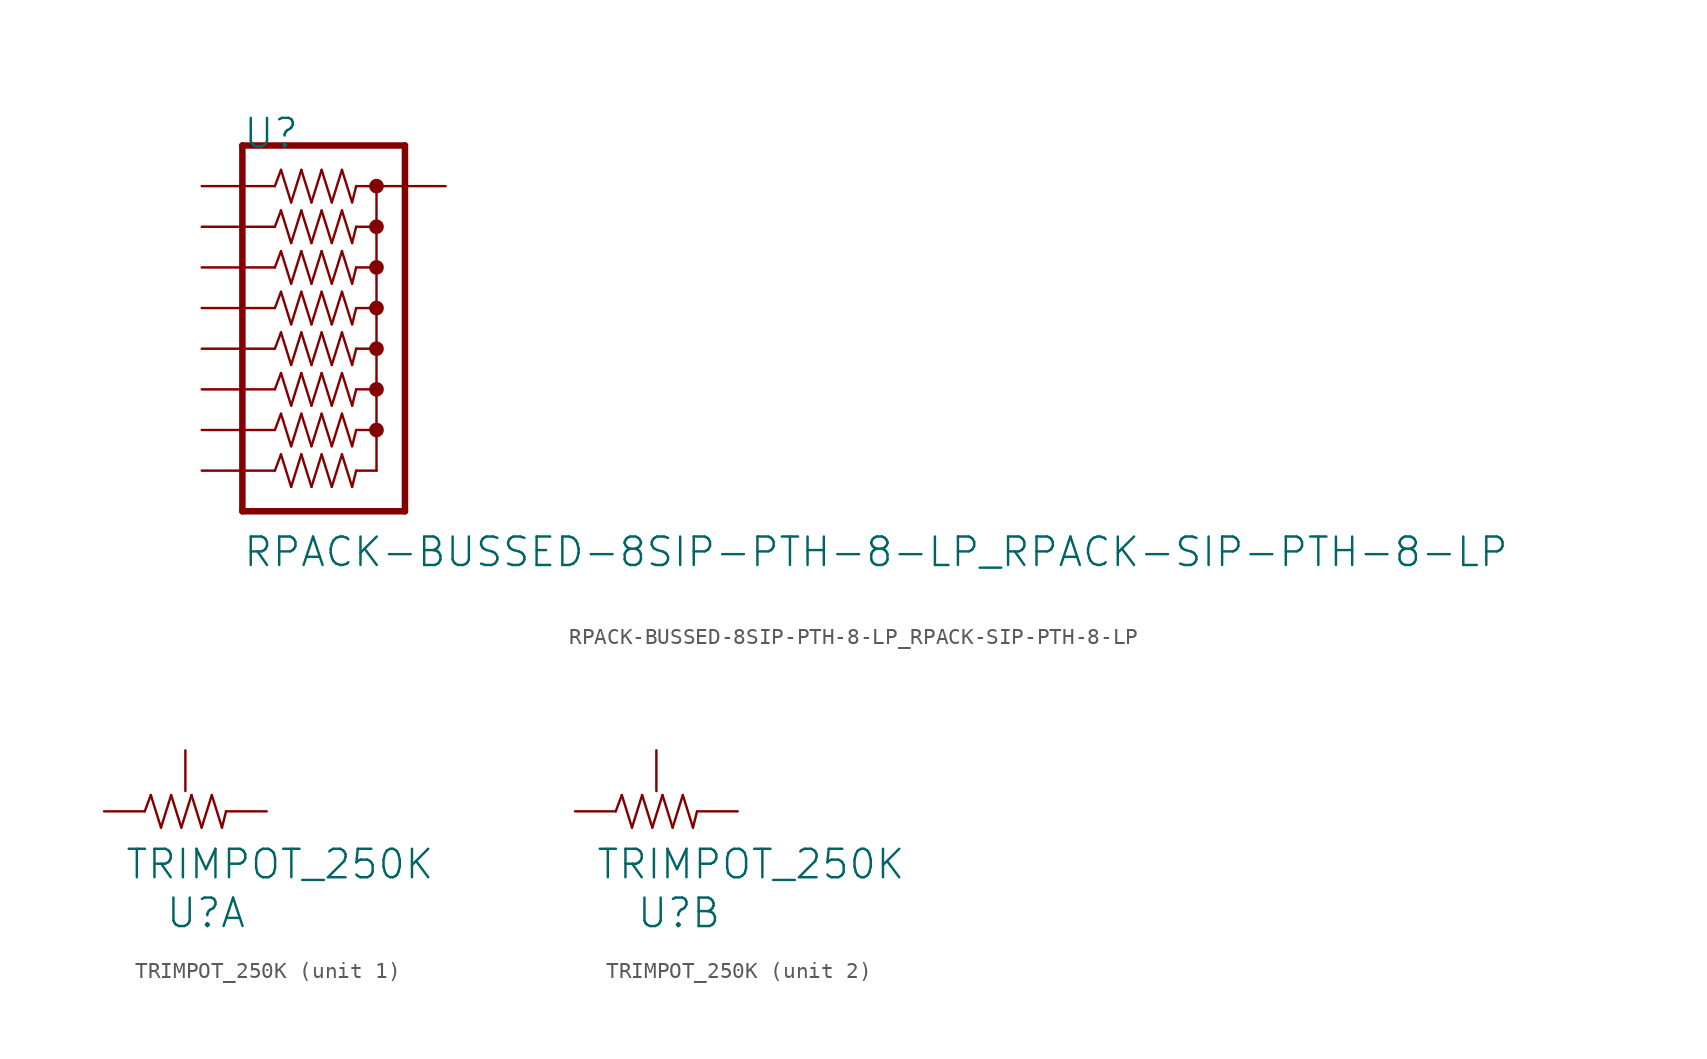
<source format=kicad_sym>
(kicad_symbol_lib
  (version 20211014)
  (generator kicad_symbol_editor)
  (symbol "RPACK-BUSSED-8SIP-PTH-8-LP_RPACK-SIP-PTH-8-LP"
    (pin_names
      (offset 2.54))
    (property "Reference" "U"
      (at 2.54 3.302 0)
      (effects (font (size 1.778 1.778)) (justify left)))
    (property "Value" "RPACK-BUSSED-8SIP-PTH-8-LP_RPACK-SIP-PTH-8-LP"
      (at 2.54 -22.86 0)
      (effects (font (size 1.778 1.778)) (justify left)))
    (property "Footprint" ""
      (at 0 0 0)
      (effects (font (size 1.524 1.524))))
    (property "Datasheet" ""
      (at 0 0 0)
      (effects (font (size 1.524 1.524))))
    (symbol "RPACK-BUSSED-8SIP-PTH-8-LP_RPACK-SIP-PTH-8-LP_0_0"
      (polyline (pts (xy 2.54 -20.32) (xy 2.54 2.54)) (stroke (width 0.406) (type default) (color 0 0 0 0)) (fill (type none)))
      (polyline (pts (xy 2.54 -17.78) (xy 4.572 -17.78)) (stroke (width 0.152) (type default) (color 0 0 0 0)) (fill (type none)))
      (polyline (pts (xy 2.54 -5.08) (xy 4.572 -5.08)) (stroke (width 0.152) (type default) (color 0 0 0 0)) (fill (type none)))
      (polyline (pts (xy 2.54 -2.54) (xy 4.572 -2.54)) (stroke (width 0.152) (type default) (color 0 0 0 0)) (fill (type none)))
      (polyline (pts (xy 2.54 0) (xy 4.572 0)) (stroke (width 0.152) (type default) (color 0 0 0 0)) (fill (type none)))
      (polyline (pts (xy 2.54 2.54) (xy 12.7 2.54)) (stroke (width 0.406) (type default) (color 0 0 0 0)) (fill (type none)))
      (polyline (pts (xy 4.572 -17.78) (xy 4.953 -16.764)) (stroke (width 0.152) (type default) (color 0 0 0 0)) (fill (type none)))
      (polyline (pts (xy 4.572 -15.24) (xy 2.54 -15.24)) (stroke (width 0.152) (type default) (color 0 0 0 0)) (fill (type none)))
      (polyline (pts (xy 4.572 -15.24) (xy 4.953 -14.224)) (stroke (width 0.152) (type default) (color 0 0 0 0)) (fill (type none)))
      (polyline (pts (xy 4.572 -12.7) (xy 2.54 -12.7)) (stroke (width 0.152) (type default) (color 0 0 0 0)) (fill (type none)))
      (polyline (pts (xy 4.572 -12.7) (xy 4.953 -11.684)) (stroke (width 0.152) (type default) (color 0 0 0 0)) (fill (type none)))
      (polyline (pts (xy 4.572 -10.16) (xy 2.54 -10.16)) (stroke (width 0.152) (type default) (color 0 0 0 0)) (fill (type none)))
      (polyline (pts (xy 4.572 -10.16) (xy 4.953 -9.144)) (stroke (width 0.152) (type default) (color 0 0 0 0)) (fill (type none)))
      (polyline (pts (xy 4.572 -7.62) (xy 2.54 -7.62)) (stroke (width 0.152) (type default) (color 0 0 0 0)) (fill (type none)))
      (polyline (pts (xy 4.572 -7.62) (xy 4.953 -6.604)) (stroke (width 0.152) (type default) (color 0 0 0 0)) (fill (type none)))
      (polyline (pts (xy 4.572 -5.08) (xy 4.953 -4.064)) (stroke (width 0.152) (type default) (color 0 0 0 0)) (fill (type none)))
      (polyline (pts (xy 4.572 -2.54) (xy 4.953 -1.524)) (stroke (width 0.152) (type default) (color 0 0 0 0)) (fill (type none)))
      (polyline (pts (xy 4.572 0) (xy 4.953 1.016)) (stroke (width 0.152) (type default) (color 0 0 0 0)) (fill (type none)))
      (polyline (pts (xy 4.953 -16.764) (xy 5.588 -18.796)) (stroke (width 0.152) (type default) (color 0 0 0 0)) (fill (type none)))
      (polyline (pts (xy 4.953 -14.224) (xy 5.588 -16.256)) (stroke (width 0.152) (type default) (color 0 0 0 0)) (fill (type none)))
      (polyline (pts (xy 4.953 -11.684) (xy 5.588 -13.716)) (stroke (width 0.152) (type default) (color 0 0 0 0)) (fill (type none)))
      (polyline (pts (xy 4.953 -9.144) (xy 5.588 -11.176)) (stroke (width 0.152) (type default) (color 0 0 0 0)) (fill (type none)))
      (polyline (pts (xy 4.953 -6.604) (xy 5.588 -8.636)) (stroke (width 0.152) (type default) (color 0 0 0 0)) (fill (type none)))
      (polyline (pts (xy 4.953 -4.064) (xy 5.588 -6.096)) (stroke (width 0.152) (type default) (color 0 0 0 0)) (fill (type none)))
      (polyline (pts (xy 4.953 -1.524) (xy 5.588 -3.556)) (stroke (width 0.152) (type default) (color 0 0 0 0)) (fill (type none)))
      (polyline (pts (xy 4.953 1.016) (xy 5.588 -1.016)) (stroke (width 0.152) (type default) (color 0 0 0 0)) (fill (type none)))
      (polyline (pts (xy 5.588 -18.796) (xy 6.223 -16.764)) (stroke (width 0.152) (type default) (color 0 0 0 0)) (fill (type none)))
      (polyline (pts (xy 5.588 -16.256) (xy 6.223 -14.224)) (stroke (width 0.152) (type default) (color 0 0 0 0)) (fill (type none)))
      (polyline (pts (xy 5.588 -13.716) (xy 6.223 -11.684)) (stroke (width 0.152) (type default) (color 0 0 0 0)) (fill (type none)))
      (polyline (pts (xy 5.588 -11.176) (xy 6.223 -9.144)) (stroke (width 0.152) (type default) (color 0 0 0 0)) (fill (type none)))
      (polyline (pts (xy 5.588 -8.636) (xy 6.223 -6.604)) (stroke (width 0.152) (type default) (color 0 0 0 0)) (fill (type none)))
      (polyline (pts (xy 5.588 -6.096) (xy 6.223 -4.064)) (stroke (width 0.152) (type default) (color 0 0 0 0)) (fill (type none)))
      (polyline (pts (xy 5.588 -3.556) (xy 6.223 -1.524)) (stroke (width 0.152) (type default) (color 0 0 0 0)) (fill (type none)))
      (polyline (pts (xy 5.588 -1.016) (xy 6.223 1.016)) (stroke (width 0.152) (type default) (color 0 0 0 0)) (fill (type none)))
      (polyline (pts (xy 6.223 -16.764) (xy 6.858 -18.796)) (stroke (width 0.152) (type default) (color 0 0 0 0)) (fill (type none)))
      (polyline (pts (xy 6.223 -14.224) (xy 6.858 -16.256)) (stroke (width 0.152) (type default) (color 0 0 0 0)) (fill (type none)))
      (polyline (pts (xy 6.223 -11.684) (xy 6.858 -13.716)) (stroke (width 0.152) (type default) (color 0 0 0 0)) (fill (type none)))
      (polyline (pts (xy 6.223 -9.144) (xy 6.858 -11.176)) (stroke (width 0.152) (type default) (color 0 0 0 0)) (fill (type none)))
      (polyline (pts (xy 6.223 -6.604) (xy 6.858 -8.636)) (stroke (width 0.152) (type default) (color 0 0 0 0)) (fill (type none)))
      (polyline (pts (xy 6.223 -4.064) (xy 6.858 -6.096)) (stroke (width 0.152) (type default) (color 0 0 0 0)) (fill (type none)))
      (polyline (pts (xy 6.223 -1.524) (xy 6.858 -3.556)) (stroke (width 0.152) (type default) (color 0 0 0 0)) (fill (type none)))
      (polyline (pts (xy 6.223 1.016) (xy 6.858 -1.016)) (stroke (width 0.152) (type default) (color 0 0 0 0)) (fill (type none)))
      (polyline (pts (xy 6.858 -18.796) (xy 7.493 -16.764)) (stroke (width 0.152) (type default) (color 0 0 0 0)) (fill (type none)))
      (polyline (pts (xy 6.858 -16.256) (xy 7.493 -14.224)) (stroke (width 0.152) (type default) (color 0 0 0 0)) (fill (type none)))
      (polyline (pts (xy 6.858 -13.716) (xy 7.493 -11.684)) (stroke (width 0.152) (type default) (color 0 0 0 0)) (fill (type none)))
      (polyline (pts (xy 6.858 -11.176) (xy 7.493 -9.144)) (stroke (width 0.152) (type default) (color 0 0 0 0)) (fill (type none)))
      (polyline (pts (xy 6.858 -8.636) (xy 7.493 -6.604)) (stroke (width 0.152) (type default) (color 0 0 0 0)) (fill (type none)))
      (polyline (pts (xy 6.858 -6.096) (xy 7.493 -4.064)) (stroke (width 0.152) (type default) (color 0 0 0 0)) (fill (type none)))
      (polyline (pts (xy 6.858 -3.556) (xy 7.493 -1.524)) (stroke (width 0.152) (type default) (color 0 0 0 0)) (fill (type none)))
      (polyline (pts (xy 6.858 -1.016) (xy 7.493 1.016)) (stroke (width 0.152) (type default) (color 0 0 0 0)) (fill (type none)))
      (polyline (pts (xy 7.493 -16.764) (xy 8.128 -18.796)) (stroke (width 0.152) (type default) (color 0 0 0 0)) (fill (type none)))
      (polyline (pts (xy 7.493 -14.224) (xy 8.128 -16.256)) (stroke (width 0.152) (type default) (color 0 0 0 0)) (fill (type none)))
      (polyline (pts (xy 7.493 -11.684) (xy 8.128 -13.716)) (stroke (width 0.152) (type default) (color 0 0 0 0)) (fill (type none)))
      (polyline (pts (xy 7.493 -9.144) (xy 8.128 -11.176)) (stroke (width 0.152) (type default) (color 0 0 0 0)) (fill (type none)))
      (polyline (pts (xy 7.493 -6.604) (xy 8.128 -8.636)) (stroke (width 0.152) (type default) (color 0 0 0 0)) (fill (type none)))
      (polyline (pts (xy 7.493 -4.064) (xy 8.128 -6.096)) (stroke (width 0.152) (type default) (color 0 0 0 0)) (fill (type none)))
      (polyline (pts (xy 7.493 -1.524) (xy 8.128 -3.556)) (stroke (width 0.152) (type default) (color 0 0 0 0)) (fill (type none)))
      (polyline (pts (xy 7.493 1.016) (xy 8.128 -1.016)) (stroke (width 0.152) (type default) (color 0 0 0 0)) (fill (type none)))
      (polyline (pts (xy 8.128 -18.796) (xy 8.763 -16.764)) (stroke (width 0.152) (type default) (color 0 0 0 0)) (fill (type none)))
      (polyline (pts (xy 8.128 -16.256) (xy 8.763 -14.224)) (stroke (width 0.152) (type default) (color 0 0 0 0)) (fill (type none)))
      (polyline (pts (xy 8.128 -13.716) (xy 8.763 -11.684)) (stroke (width 0.152) (type default) (color 0 0 0 0)) (fill (type none)))
      (polyline (pts (xy 8.128 -11.176) (xy 8.763 -9.144)) (stroke (width 0.152) (type default) (color 0 0 0 0)) (fill (type none)))
      (polyline (pts (xy 8.128 -8.636) (xy 8.763 -6.604)) (stroke (width 0.152) (type default) (color 0 0 0 0)) (fill (type none)))
      (polyline (pts (xy 8.128 -6.096) (xy 8.763 -4.064)) (stroke (width 0.152) (type default) (color 0 0 0 0)) (fill (type none)))
      (polyline (pts (xy 8.128 -3.556) (xy 8.763 -1.524)) (stroke (width 0.152) (type default) (color 0 0 0 0)) (fill (type none)))
      (polyline (pts (xy 8.128 -1.016) (xy 8.763 1.016)) (stroke (width 0.152) (type default) (color 0 0 0 0)) (fill (type none)))
      (polyline (pts (xy 8.763 -16.764) (xy 9.398 -18.796)) (stroke (width 0.152) (type default) (color 0 0 0 0)) (fill (type none)))
      (polyline (pts (xy 8.763 -14.224) (xy 9.398 -16.256)) (stroke (width 0.152) (type default) (color 0 0 0 0)) (fill (type none)))
      (polyline (pts (xy 8.763 -11.684) (xy 9.398 -13.716)) (stroke (width 0.152) (type default) (color 0 0 0 0)) (fill (type none)))
      (polyline (pts (xy 8.763 -9.144) (xy 9.398 -11.176)) (stroke (width 0.152) (type default) (color 0 0 0 0)) (fill (type none)))
      (polyline (pts (xy 8.763 -6.604) (xy 9.398 -8.636)) (stroke (width 0.152) (type default) (color 0 0 0 0)) (fill (type none)))
      (polyline (pts (xy 8.763 -4.064) (xy 9.398 -6.096)) (stroke (width 0.152) (type default) (color 0 0 0 0)) (fill (type none)))
      (polyline (pts (xy 8.763 -1.524) (xy 9.398 -3.556)) (stroke (width 0.152) (type default) (color 0 0 0 0)) (fill (type none)))
      (polyline (pts (xy 8.763 1.016) (xy 9.398 -1.016)) (stroke (width 0.152) (type default) (color 0 0 0 0)) (fill (type none)))
      (polyline (pts (xy 9.398 -18.796) (xy 9.652 -17.78)) (stroke (width 0.152) (type default) (color 0 0 0 0)) (fill (type none)))
      (polyline (pts (xy 9.398 -16.256) (xy 9.652 -15.24)) (stroke (width 0.152) (type default) (color 0 0 0 0)) (fill (type none)))
      (polyline (pts (xy 9.398 -13.716) (xy 9.652 -12.7)) (stroke (width 0.152) (type default) (color 0 0 0 0)) (fill (type none)))
      (polyline (pts (xy 9.398 -11.176) (xy 9.652 -10.16)) (stroke (width 0.152) (type default) (color 0 0 0 0)) (fill (type none)))
      (polyline (pts (xy 9.398 -8.636) (xy 9.652 -7.62)) (stroke (width 0.152) (type default) (color 0 0 0 0)) (fill (type none)))
      (polyline (pts (xy 9.398 -6.096) (xy 9.652 -5.08)) (stroke (width 0.152) (type default) (color 0 0 0 0)) (fill (type none)))
      (polyline (pts (xy 9.398 -3.556) (xy 9.652 -2.54)) (stroke (width 0.152) (type default) (color 0 0 0 0)) (fill (type none)))
      (polyline (pts (xy 9.398 -1.016) (xy 9.652 0)) (stroke (width 0.152) (type default) (color 0 0 0 0)) (fill (type none)))
      (polyline (pts (xy 9.652 -17.78) (xy 10.922 -17.78)) (stroke (width 0.152) (type default) (color 0 0 0 0)) (fill (type none)))
      (polyline (pts (xy 9.652 0) (xy 10.922 0)) (stroke (width 0.152) (type default) (color 0 0 0 0)) (fill (type none)))
      (polyline (pts (xy 10.922 -17.78) (xy 10.922 -15.24)) (stroke (width 0.152) (type default) (color 0 0 0 0)) (fill (type none)))
      (polyline (pts (xy 10.922 -15.24) (xy 9.652 -15.24)) (stroke (width 0.152) (type default) (color 0 0 0 0)) (fill (type none)))
      (polyline (pts (xy 10.922 -15.24) (xy 10.922 -12.7)) (stroke (width 0.152) (type default) (color 0 0 0 0)) (fill (type none)))
      (polyline (pts (xy 10.922 -12.7) (xy 9.652 -12.7)) (stroke (width 0.152) (type default) (color 0 0 0 0)) (fill (type none)))
      (polyline (pts (xy 10.922 -12.7) (xy 10.922 -10.16)) (stroke (width 0.152) (type default) (color 0 0 0 0)) (fill (type none)))
      (polyline (pts (xy 10.922 -10.16) (xy 9.652 -10.16)) (stroke (width 0.152) (type default) (color 0 0 0 0)) (fill (type none)))
      (polyline (pts (xy 10.922 -10.16) (xy 10.922 -7.62)) (stroke (width 0.152) (type default) (color 0 0 0 0)) (fill (type none)))
      (polyline (pts (xy 10.922 -7.62) (xy 9.652 -7.62)) (stroke (width 0.152) (type default) (color 0 0 0 0)) (fill (type none)))
      (polyline (pts (xy 10.922 -7.62) (xy 10.922 -5.08)) (stroke (width 0.152) (type default) (color 0 0 0 0)) (fill (type none)))
      (polyline (pts (xy 10.922 -5.08) (xy 9.652 -5.08)) (stroke (width 0.152) (type default) (color 0 0 0 0)) (fill (type none)))
      (polyline (pts (xy 10.922 -5.08) (xy 10.922 -2.54)) (stroke (width 0.152) (type default) (color 0 0 0 0)) (fill (type none)))
      (polyline (pts (xy 10.922 -2.54) (xy 9.652 -2.54)) (stroke (width 0.152) (type default) (color 0 0 0 0)) (fill (type none)))
      (polyline (pts (xy 10.922 0) (xy 10.922 -2.54)) (stroke (width 0.152) (type default) (color 0 0 0 0)) (fill (type none)))
      (polyline (pts (xy 10.922 0) (xy 12.7 0)) (stroke (width 0.152) (type default) (color 0 0 0 0)) (fill (type none)))
      (polyline (pts (xy 12.7 -20.32) (xy 2.54 -20.32)) (stroke (width 0.406) (type default) (color 0 0 0 0)) (fill (type none)))
      (polyline (pts (xy 12.7 0) (xy 12.7 -20.32)) (stroke (width 0.406) (type default) (color 0 0 0 0)) (fill (type none)))
      (polyline (pts (xy 12.7 2.54) (xy 12.7 0)) (stroke (width 0.406) (type default) (color 0 0 0 0)) (fill (type none)))
      (circle (center 10.922 -15.24) (radius 0.254) (stroke (width 0.406) (type default) (color 0 0 0 0)) (fill (type none)))
      (circle (center 10.922 -12.7) (radius 0.254) (stroke (width 0.406) (type default) (color 0 0 0 0)) (fill (type none)))
      (circle (center 10.922 -10.16) (radius 0.254) (stroke (width 0.406) (type default) (color 0 0 0 0)) (fill (type none)))
      (circle (center 10.922 -7.62) (radius 0.254) (stroke (width 0.406) (type default) (color 0 0 0 0)) (fill (type none)))
      (circle (center 10.922 -5.08) (radius 0.254) (stroke (width 0.406) (type default) (color 0 0 0 0)) (fill (type none)))
      (circle (center 10.922 -2.54) (radius 0.254) (stroke (width 0.406) (type default) (color 0 0 0 0)) (fill (type none)))
      (circle (center 10.922 0) (radius 0.254) (stroke (width 0.406) (type default) (color 0 0 0 0)) (fill (type none)))
      (pin passive line (at 15.24 0 180) (length 2.54) (name "1" (effects (font (size 0 0)))) (number "P$1" (effects (font (size 0 0)))))
      (pin passive line (at 0 0 0) (length 2.54) (name "2" (effects (font (size 0 0)))) (number "P$2" (effects (font (size 0 0)))))
      (pin passive line (at 0 -2.54 0) (length 2.54) (name "3" (effects (font (size 0 0)))) (number "P$3" (effects (font (size 0 0)))))
      (pin passive line (at 0 -5.08 0) (length 2.54) (name "4" (effects (font (size 0 0)))) (number "P$4" (effects (font (size 0 0)))))
      (pin passive line (at 0 -7.62 0) (length 2.54) (name "5" (effects (font (size 0 0)))) (number "P$5" (effects (font (size 0 0)))))
      (pin passive line (at 0 -10.16 0) (length 2.54) (name "6" (effects (font (size 0 0)))) (number "P$6" (effects (font (size 0 0)))))
      (pin passive line (at 0 -12.7 0) (length 2.54) (name "7" (effects (font (size 0 0)))) (number "P$7" (effects (font (size 0 0)))))
      (pin passive line (at 0 -15.24 0) (length 2.54) (name "8" (effects (font (size 0 0)))) (number "P$8" (effects (font (size 0 0)))))
      (pin passive line (at 0 -17.78 0) (length 2.54) (name "9" (effects (font (size 0 0)))) (number "P$9" (effects (font (size 0 0)))))))
  (symbol "TRIMPOT_250K"
    (pin_names
      (offset 2.54))
    (property "Reference" "U"
      (at -1.27 -6.35 0)
      (effects (font (size 1.778 1.778)) (justify left)))
    (property "Value" "TRIMPOT_250K"
      (at -3.81 -3.302 0)
      (effects (font (size 1.778 1.778)) (justify left)))
    (property "Footprint" ""
      (at 0 0 0)
      (effects (font (size 1.524 1.524))))
    (property "Datasheet" ""
      (at 0 0 0)
      (effects (font (size 1.524 1.524))))
    (symbol "TRIMPOT_250K_0_0"
      (polyline (pts (xy -2.54 0) (xy -2.159 1.016)) (stroke (width 0.152) (type default) (color 0 0 0 0)) (fill (type none)))
      (polyline (pts (xy -2.159 1.016) (xy -1.524 -1.016)) (stroke (width 0.152) (type default) (color 0 0 0 0)) (fill (type none)))
      (polyline (pts (xy -1.524 -1.016) (xy -0.889 1.016)) (stroke (width 0.152) (type default) (color 0 0 0 0)) (fill (type none)))
      (polyline (pts (xy -0.889 1.016) (xy -0.254 -1.016)) (stroke (width 0.152) (type default) (color 0 0 0 0)) (fill (type none)))
      (polyline (pts (xy -0.254 -1.016) (xy 0.381 1.016)) (stroke (width 0.152) (type default) (color 0 0 0 0)) (fill (type none)))
      (polyline (pts (xy 0.381 1.016) (xy 1.016 -1.016)) (stroke (width 0.152) (type default) (color 0 0 0 0)) (fill (type none)))
      (polyline (pts (xy 1.016 -1.016) (xy 1.651 1.016)) (stroke (width 0.152) (type default) (color 0 0 0 0)) (fill (type none)))
      (polyline (pts (xy 1.651 1.016) (xy 2.286 -1.016)) (stroke (width 0.152) (type default) (color 0 0 0 0)) (fill (type none)))
      (polyline (pts (xy 2.286 -1.016) (xy 2.54 0)) (stroke (width 0.152) (type default) (color 0 0 0 0)) (fill (type none)))
      (pin passive line (at -5.08 0 0) (length 2.54) (name "1" (effects (font (size 0 0)))) (number "P$1" (effects (font (size 0 0)))))
      (pin passive line (at 5.08 0 180) (length 2.54) (name "2" (effects (font (size 0 0)))) (number "P$2" (effects (font (size 0 0))))))
    (symbol "TRIMPOT_250K_1_1"
      (pin input line (at 0 3.81 270) (length 2.54) (name "~" (effects (font (size 1.27 1.27)))) (number "~" (effects (font (size 1.27 1.27))))))
    (symbol "TRIMPOT_250K_2_1"
      (pin input line (at 0 3.81 270) (length 2.54) (name "~" (effects (font (size 1.27 1.27)))) (number "~" (effects (font (size 1.27 1.27))))))))
</source>
